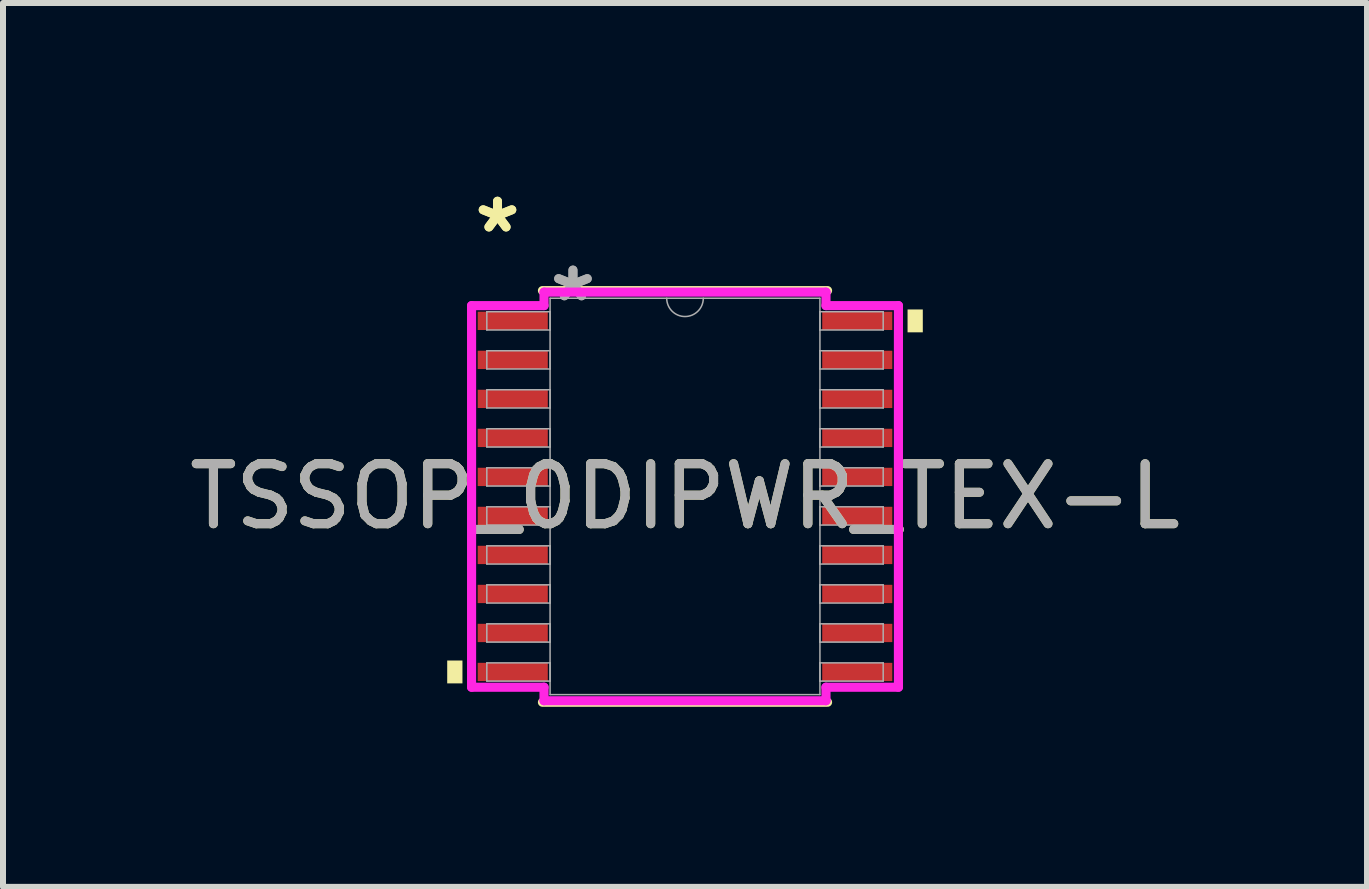
<source format=kicad_pcb>
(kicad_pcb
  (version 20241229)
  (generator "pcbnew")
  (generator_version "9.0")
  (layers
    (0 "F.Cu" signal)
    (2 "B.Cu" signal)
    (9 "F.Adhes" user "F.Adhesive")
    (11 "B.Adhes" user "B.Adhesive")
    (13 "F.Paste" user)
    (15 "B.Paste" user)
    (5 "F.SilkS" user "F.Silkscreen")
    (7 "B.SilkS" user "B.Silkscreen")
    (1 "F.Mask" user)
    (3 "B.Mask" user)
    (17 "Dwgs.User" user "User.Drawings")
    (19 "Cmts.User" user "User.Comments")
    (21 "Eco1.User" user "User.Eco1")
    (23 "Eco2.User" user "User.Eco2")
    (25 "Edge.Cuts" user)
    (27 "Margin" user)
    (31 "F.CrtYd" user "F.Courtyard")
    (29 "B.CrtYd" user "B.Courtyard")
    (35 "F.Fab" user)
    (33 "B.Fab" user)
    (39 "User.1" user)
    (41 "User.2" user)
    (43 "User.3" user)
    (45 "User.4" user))
  (footprint "TSSOP_0DIPWR_TEX-L"
    (layer "F.Cu")
    (at 8.363 5.221)
    (property "Reference" "TSSOP_0DIPWR_TEX-L" (at 0 0 0) (unlocked yes) (layer "F.SilkS") (effects (font (size 1 1) (thickness 0.15))))
    (attr smd)
    (fp_line (start -2.375 3.429) (end 2.375 3.429) (stroke (width 0.152) (type solid)) (layer "F.SilkS"))
    (fp_line (start 2.375 -3.429) (end -2.375 -3.429) (stroke (width 0.152) (type solid)) (layer "F.SilkS"))
    (fp_poly (pts (xy -3.962 2.734) (xy -3.962 3.115) (xy -3.708 3.115) (xy -3.708 2.734)) (stroke (width 0) (type solid)) (fill yes) (layer "F.SilkS"))
    (fp_poly (pts (xy 3.962 -3.115) (xy 3.962 -2.734) (xy 3.708 -2.734) (xy 3.708 -3.115)) (stroke (width 0) (type solid)) (fill yes) (layer "F.SilkS"))
    (fp_line (start -3.556 -3.179) (end -2.349 -3.179) (stroke (width 0.152) (type solid)) (layer "F.CrtYd"))
    (fp_line (start -3.556 3.179) (end -3.556 -3.179) (stroke (width 0.152) (type solid)) (layer "F.CrtYd"))
    (fp_line (start -3.556 3.179) (end -2.349 3.179) (stroke (width 0.152) (type solid)) (layer "F.CrtYd"))
    (fp_line (start -2.349 -3.404) (end 2.349 -3.404) (stroke (width 0.152) (type solid)) (layer "F.CrtYd"))
    (fp_line (start -2.349 -3.179) (end -2.349 -3.404) (stroke (width 0.152) (type solid)) (layer "F.CrtYd"))
    (fp_line (start -2.349 3.404) (end -2.349 3.179) (stroke (width 0.152) (type solid)) (layer "F.CrtYd"))
    (fp_line (start 2.349 -3.404) (end 2.349 -3.179) (stroke (width 0.152) (type solid)) (layer "F.CrtYd"))
    (fp_line (start 2.349 3.179) (end 2.349 3.404) (stroke (width 0.152) (type solid)) (layer "F.CrtYd"))
    (fp_line (start 2.349 3.404) (end -2.349 3.404) (stroke (width 0.152) (type solid)) (layer "F.CrtYd"))
    (fp_line (start 3.556 -3.179) (end 2.349 -3.179) (stroke (width 0.152) (type solid)) (layer "F.CrtYd"))
    (fp_line (start 3.556 -3.179) (end 3.556 3.179) (stroke (width 0.152) (type solid)) (layer "F.CrtYd"))
    (fp_line (start 3.556 3.179) (end 2.349 3.179) (stroke (width 0.152) (type solid)) (layer "F.CrtYd"))
    (fp_line (start -3.302 -3.077) (end -3.302 -2.773) (stroke (width 0.025) (type solid)) (layer "F.Fab"))
    (fp_line (start -3.302 -2.773) (end -2.248 -2.773) (stroke (width 0.025) (type solid)) (layer "F.Fab"))
    (fp_line (start -3.302 -2.427) (end -3.302 -2.123) (stroke (width 0.025) (type solid)) (layer "F.Fab"))
    (fp_line (start -3.302 -2.123) (end -2.248 -2.123) (stroke (width 0.025) (type solid)) (layer "F.Fab"))
    (fp_line (start -3.302 -1.777) (end -3.302 -1.473) (stroke (width 0.025) (type solid)) (layer "F.Fab"))
    (fp_line (start -3.302 -1.473) (end -2.248 -1.473) (stroke (width 0.025) (type solid)) (layer "F.Fab"))
    (fp_line (start -3.302 -1.127) (end -3.302 -0.823) (stroke (width 0.025) (type solid)) (layer "F.Fab"))
    (fp_line (start -3.302 -0.823) (end -2.248 -0.823) (stroke (width 0.025) (type solid)) (layer "F.Fab"))
    (fp_line (start -3.302 -0.477) (end -3.302 -0.173) (stroke (width 0.025) (type solid)) (layer "F.Fab"))
    (fp_line (start -3.302 -0.173) (end -2.248 -0.173) (stroke (width 0.025) (type solid)) (layer "F.Fab"))
    (fp_line (start -3.302 0.173) (end -3.302 0.477) (stroke (width 0.025) (type solid)) (layer "F.Fab"))
    (fp_line (start -3.302 0.477) (end -2.248 0.477) (stroke (width 0.025) (type solid)) (layer "F.Fab"))
    (fp_line (start -3.302 0.823) (end -3.302 1.127) (stroke (width 0.025) (type solid)) (layer "F.Fab"))
    (fp_line (start -3.302 1.127) (end -2.248 1.127) (stroke (width 0.025) (type solid)) (layer "F.Fab"))
    (fp_line (start -3.302 1.473) (end -3.302 1.777) (stroke (width 0.025) (type solid)) (layer "F.Fab"))
    (fp_line (start -3.302 1.777) (end -2.248 1.777) (stroke (width 0.025) (type solid)) (layer "F.Fab"))
    (fp_line (start -3.302 2.123) (end -3.302 2.427) (stroke (width 0.025) (type solid)) (layer "F.Fab"))
    (fp_line (start -3.302 2.427) (end -2.248 2.427) (stroke (width 0.025) (type solid)) (layer "F.Fab"))
    (fp_line (start -3.302 2.773) (end -3.302 3.077) (stroke (width 0.025) (type solid)) (layer "F.Fab"))
    (fp_line (start -3.302 3.077) (end -2.248 3.077) (stroke (width 0.025) (type solid)) (layer "F.Fab"))
    (fp_line (start -2.248 -3.302) (end -2.248 3.302) (stroke (width 0.025) (type solid)) (layer "F.Fab"))
    (fp_line (start -2.248 -3.077) (end -3.302 -3.077) (stroke (width 0.025) (type solid)) (layer "F.Fab"))
    (fp_line (start -2.248 -2.773) (end -2.248 -3.077) (stroke (width 0.025) (type solid)) (layer "F.Fab"))
    (fp_line (start -2.248 -2.427) (end -3.302 -2.427) (stroke (width 0.025) (type solid)) (layer "F.Fab"))
    (fp_line (start -2.248 -2.123) (end -2.248 -2.427) (stroke (width 0.025) (type solid)) (layer "F.Fab"))
    (fp_line (start -2.248 -1.777) (end -3.302 -1.777) (stroke (width 0.025) (type solid)) (layer "F.Fab"))
    (fp_line (start -2.248 -1.473) (end -2.248 -1.777) (stroke (width 0.025) (type solid)) (layer "F.Fab"))
    (fp_line (start -2.248 -1.127) (end -3.302 -1.127) (stroke (width 0.025) (type solid)) (layer "F.Fab"))
    (fp_line (start -2.248 -0.823) (end -2.248 -1.127) (stroke (width 0.025) (type solid)) (layer "F.Fab"))
    (fp_line (start -2.248 -0.477) (end -3.302 -0.477) (stroke (width 0.025) (type solid)) (layer "F.Fab"))
    (fp_line (start -2.248 -0.173) (end -2.248 -0.477) (stroke (width 0.025) (type solid)) (layer "F.Fab"))
    (fp_line (start -2.248 0.173) (end -3.302 0.173) (stroke (width 0.025) (type solid)) (layer "F.Fab"))
    (fp_line (start -2.248 0.477) (end -2.248 0.173) (stroke (width 0.025) (type solid)) (layer "F.Fab"))
    (fp_line (start -2.248 0.823) (end -3.302 0.823) (stroke (width 0.025) (type solid)) (layer "F.Fab"))
    (fp_line (start -2.248 1.127) (end -2.248 0.823) (stroke (width 0.025) (type solid)) (layer "F.Fab"))
    (fp_line (start -2.248 1.473) (end -3.302 1.473) (stroke (width 0.025) (type solid)) (layer "F.Fab"))
    (fp_line (start -2.248 1.777) (end -2.248 1.473) (stroke (width 0.025) (type solid)) (layer "F.Fab"))
    (fp_line (start -2.248 2.123) (end -3.302 2.123) (stroke (width 0.025) (type solid)) (layer "F.Fab"))
    (fp_line (start -2.248 2.427) (end -2.248 2.123) (stroke (width 0.025) (type solid)) (layer "F.Fab"))
    (fp_line (start -2.248 2.773) (end -3.302 2.773) (stroke (width 0.025) (type solid)) (layer "F.Fab"))
    (fp_line (start -2.248 3.077) (end -2.248 2.773) (stroke (width 0.025) (type solid)) (layer "F.Fab"))
    (fp_line (start -2.248 3.302) (end 2.248 3.302) (stroke (width 0.025) (type solid)) (layer "F.Fab"))
    (fp_line (start 2.248 -3.302) (end -2.248 -3.302) (stroke (width 0.025) (type solid)) (layer "F.Fab"))
    (fp_line (start 2.248 -3.077) (end 2.248 -2.773) (stroke (width 0.025) (type solid)) (layer "F.Fab"))
    (fp_line (start 2.248 -2.773) (end 3.302 -2.773) (stroke (width 0.025) (type solid)) (layer "F.Fab"))
    (fp_line (start 2.248 -2.427) (end 2.248 -2.123) (stroke (width 0.025) (type solid)) (layer "F.Fab"))
    (fp_line (start 2.248 -2.123) (end 3.302 -2.123) (stroke (width 0.025) (type solid)) (layer "F.Fab"))
    (fp_line (start 2.248 -1.777) (end 2.248 -1.473) (stroke (width 0.025) (type solid)) (layer "F.Fab"))
    (fp_line (start 2.248 -1.473) (end 3.302 -1.473) (stroke (width 0.025) (type solid)) (layer "F.Fab"))
    (fp_line (start 2.248 -1.127) (end 2.248 -0.823) (stroke (width 0.025) (type solid)) (layer "F.Fab"))
    (fp_line (start 2.248 -0.823) (end 3.302 -0.823) (stroke (width 0.025) (type solid)) (layer "F.Fab"))
    (fp_line (start 2.248 -0.477) (end 2.248 -0.173) (stroke (width 0.025) (type solid)) (layer "F.Fab"))
    (fp_line (start 2.248 -0.173) (end 3.302 -0.173) (stroke (width 0.025) (type solid)) (layer "F.Fab"))
    (fp_line (start 2.248 0.173) (end 2.248 0.477) (stroke (width 0.025) (type solid)) (layer "F.Fab"))
    (fp_line (start 2.248 0.477) (end 3.302 0.477) (stroke (width 0.025) (type solid)) (layer "F.Fab"))
    (fp_line (start 2.248 0.823) (end 2.248 1.127) (stroke (width 0.025) (type solid)) (layer "F.Fab"))
    (fp_line (start 2.248 1.127) (end 3.302 1.127) (stroke (width 0.025) (type solid)) (layer "F.Fab"))
    (fp_line (start 2.248 1.473) (end 2.248 1.777) (stroke (width 0.025) (type solid)) (layer "F.Fab"))
    (fp_line (start 2.248 1.777) (end 3.302 1.777) (stroke (width 0.025) (type solid)) (layer "F.Fab"))
    (fp_line (start 2.248 2.123) (end 2.248 2.427) (stroke (width 0.025) (type solid)) (layer "F.Fab"))
    (fp_line (start 2.248 2.427) (end 3.302 2.427) (stroke (width 0.025) (type solid)) (layer "F.Fab"))
    (fp_line (start 2.248 2.773) (end 2.248 3.077) (stroke (width 0.025) (type solid)) (layer "F.Fab"))
    (fp_line (start 2.248 3.077) (end 3.302 3.077) (stroke (width 0.025) (type solid)) (layer "F.Fab"))
    (fp_line (start 2.248 3.302) (end 2.248 -3.302) (stroke (width 0.025) (type solid)) (layer "F.Fab"))
    (fp_line (start 3.302 -3.077) (end 2.248 -3.077) (stroke (width 0.025) (type solid)) (layer "F.Fab"))
    (fp_line (start 3.302 -2.773) (end 3.302 -3.077) (stroke (width 0.025) (type solid)) (layer "F.Fab"))
    (fp_line (start 3.302 -2.427) (end 2.248 -2.427) (stroke (width 0.025) (type solid)) (layer "F.Fab"))
    (fp_line (start 3.302 -2.123) (end 3.302 -2.427) (stroke (width 0.025) (type solid)) (layer "F.Fab"))
    (fp_line (start 3.302 -1.777) (end 2.248 -1.777) (stroke (width 0.025) (type solid)) (layer "F.Fab"))
    (fp_line (start 3.302 -1.473) (end 3.302 -1.777) (stroke (width 0.025) (type solid)) (layer "F.Fab"))
    (fp_line (start 3.302 -1.127) (end 2.248 -1.127) (stroke (width 0.025) (type solid)) (layer "F.Fab"))
    (fp_line (start 3.302 -0.823) (end 3.302 -1.127) (stroke (width 0.025) (type solid)) (layer "F.Fab"))
    (fp_line (start 3.302 -0.477) (end 2.248 -0.477) (stroke (width 0.025) (type solid)) (layer "F.Fab"))
    (fp_line (start 3.302 -0.173) (end 3.302 -0.477) (stroke (width 0.025) (type solid)) (layer "F.Fab"))
    (fp_line (start 3.302 0.173) (end 2.248 0.173) (stroke (width 0.025) (type solid)) (layer "F.Fab"))
    (fp_line (start 3.302 0.477) (end 3.302 0.173) (stroke (width 0.025) (type solid)) (layer "F.Fab"))
    (fp_line (start 3.302 0.823) (end 2.248 0.823) (stroke (width 0.025) (type solid)) (layer "F.Fab"))
    (fp_line (start 3.302 1.127) (end 3.302 0.823) (stroke (width 0.025) (type solid)) (layer "F.Fab"))
    (fp_line (start 3.302 1.473) (end 2.248 1.473) (stroke (width 0.025) (type solid)) (layer "F.Fab"))
    (fp_line (start 3.302 1.777) (end 3.302 1.473) (stroke (width 0.025) (type solid)) (layer "F.Fab"))
    (fp_line (start 3.302 2.123) (end 2.248 2.123) (stroke (width 0.025) (type solid)) (layer "F.Fab"))
    (fp_line (start 3.302 2.427) (end 3.302 2.123) (stroke (width 0.025) (type solid)) (layer "F.Fab"))
    (fp_line (start 3.302 2.773) (end 2.248 2.773) (stroke (width 0.025) (type solid)) (layer "F.Fab"))
    (fp_line (start 3.302 3.077) (end 3.302 2.773) (stroke (width 0.025) (type solid)) (layer "F.Fab"))
    (fp_arc (start 0.3048 -3.302) (mid 0 -2.9972) (end -0.3048 -3.302) (stroke (width 0.0254) (type solid)) (layer "F.Fab"))
    (fp_text user "*" (at -3.124 -4.373 0) (unlocked yes) (layer "F.SilkS") (effects (font (size 1 1) (thickness 0.15))))
    (fp_text user "*" (at -3.124 -4.373 0) (layer "F.SilkS") (effects (font (size 1 1) (thickness 0.15))))
    (fp_text user "*" (at -1.867 -3.226 0) (unlocked yes) (layer "F.Fab") (effects (font (size 1 1) (thickness 0.15))))
    (fp_text user "${REFERENCE}" (at 0 0 0) (unlocked yes) (layer "F.Fab") (effects (font (size 1 1) (thickness 0.15))))
    (fp_text user "*" (at -1.867 -3.226 0) (layer "F.Fab") (effects (font (size 1 1) (thickness 0.15))))
    (pad "1" smd rect (at -2.87 -2.925) (size 1.168 0.305) (layers "F.Cu" "F.Mask" "F.Paste"))
    (pad "2" smd rect (at -2.87 -2.275) (size 1.168 0.305) (layers "F.Cu" "F.Mask" "F.Paste"))
    (pad "3" smd rect (at -2.87 -1.625) (size 1.168 0.305) (layers "F.Cu" "F.Mask" "F.Paste"))
    (pad "4" smd rect (at -2.87 -0.975) (size 1.168 0.305) (layers "F.Cu" "F.Mask" "F.Paste"))
    (pad "5" smd rect (at -2.87 -0.325) (size 1.168 0.305) (layers "F.Cu" "F.Mask" "F.Paste"))
    (pad "6" smd rect (at -2.87 0.325) (size 1.168 0.305) (layers "F.Cu" "F.Mask" "F.Paste"))
    (pad "7" smd rect (at -2.87 0.975) (size 1.168 0.305) (layers "F.Cu" "F.Mask" "F.Paste"))
    (pad "8" smd rect (at -2.87 1.625) (size 1.168 0.305) (layers "F.Cu" "F.Mask" "F.Paste"))
    (pad "9" smd rect (at -2.87 2.275) (size 1.168 0.305) (layers "F.Cu" "F.Mask" "F.Paste"))
    (pad "10" smd rect (at -2.87 2.925) (size 1.168 0.305) (layers "F.Cu" "F.Mask" "F.Paste"))
    (pad "11" smd rect (at 2.87 2.925) (size 1.168 0.305) (layers "F.Cu" "F.Mask" "F.Paste"))
    (pad "12" smd rect (at 2.87 2.275) (size 1.168 0.305) (layers "F.Cu" "F.Mask" "F.Paste"))
    (pad "13" smd rect (at 2.87 1.625) (size 1.168 0.305) (layers "F.Cu" "F.Mask" "F.Paste"))
    (pad "14" smd rect (at 2.87 0.975) (size 1.168 0.305) (layers "F.Cu" "F.Mask" "F.Paste"))
    (pad "15" smd rect (at 2.87 0.325) (size 1.168 0.305) (layers "F.Cu" "F.Mask" "F.Paste"))
    (pad "16" smd rect (at 2.87 -0.325) (size 1.168 0.305) (layers "F.Cu" "F.Mask" "F.Paste"))
    (pad "17" smd rect (at 2.87 -0.975) (size 1.168 0.305) (layers "F.Cu" "F.Mask" "F.Paste"))
    (pad "18" smd rect (at 2.87 -1.625) (size 1.168 0.305) (layers "F.Cu" "F.Mask" "F.Paste"))
    (pad "19" smd rect (at 2.87 -2.275) (size 1.168 0.305) (layers "F.Cu" "F.Mask" "F.Paste"))
    (pad "20" smd rect (at 2.87 -2.925) (size 1.168 0.305) (layers "F.Cu" "F.Mask" "F.Paste")))
  (gr_rect
    (start -3 -3)
    (end 19.726 11.726)
    (stroke (width 0.1) (type default))
    (fill no)
    (layer "Edge.Cuts")))
</source>
